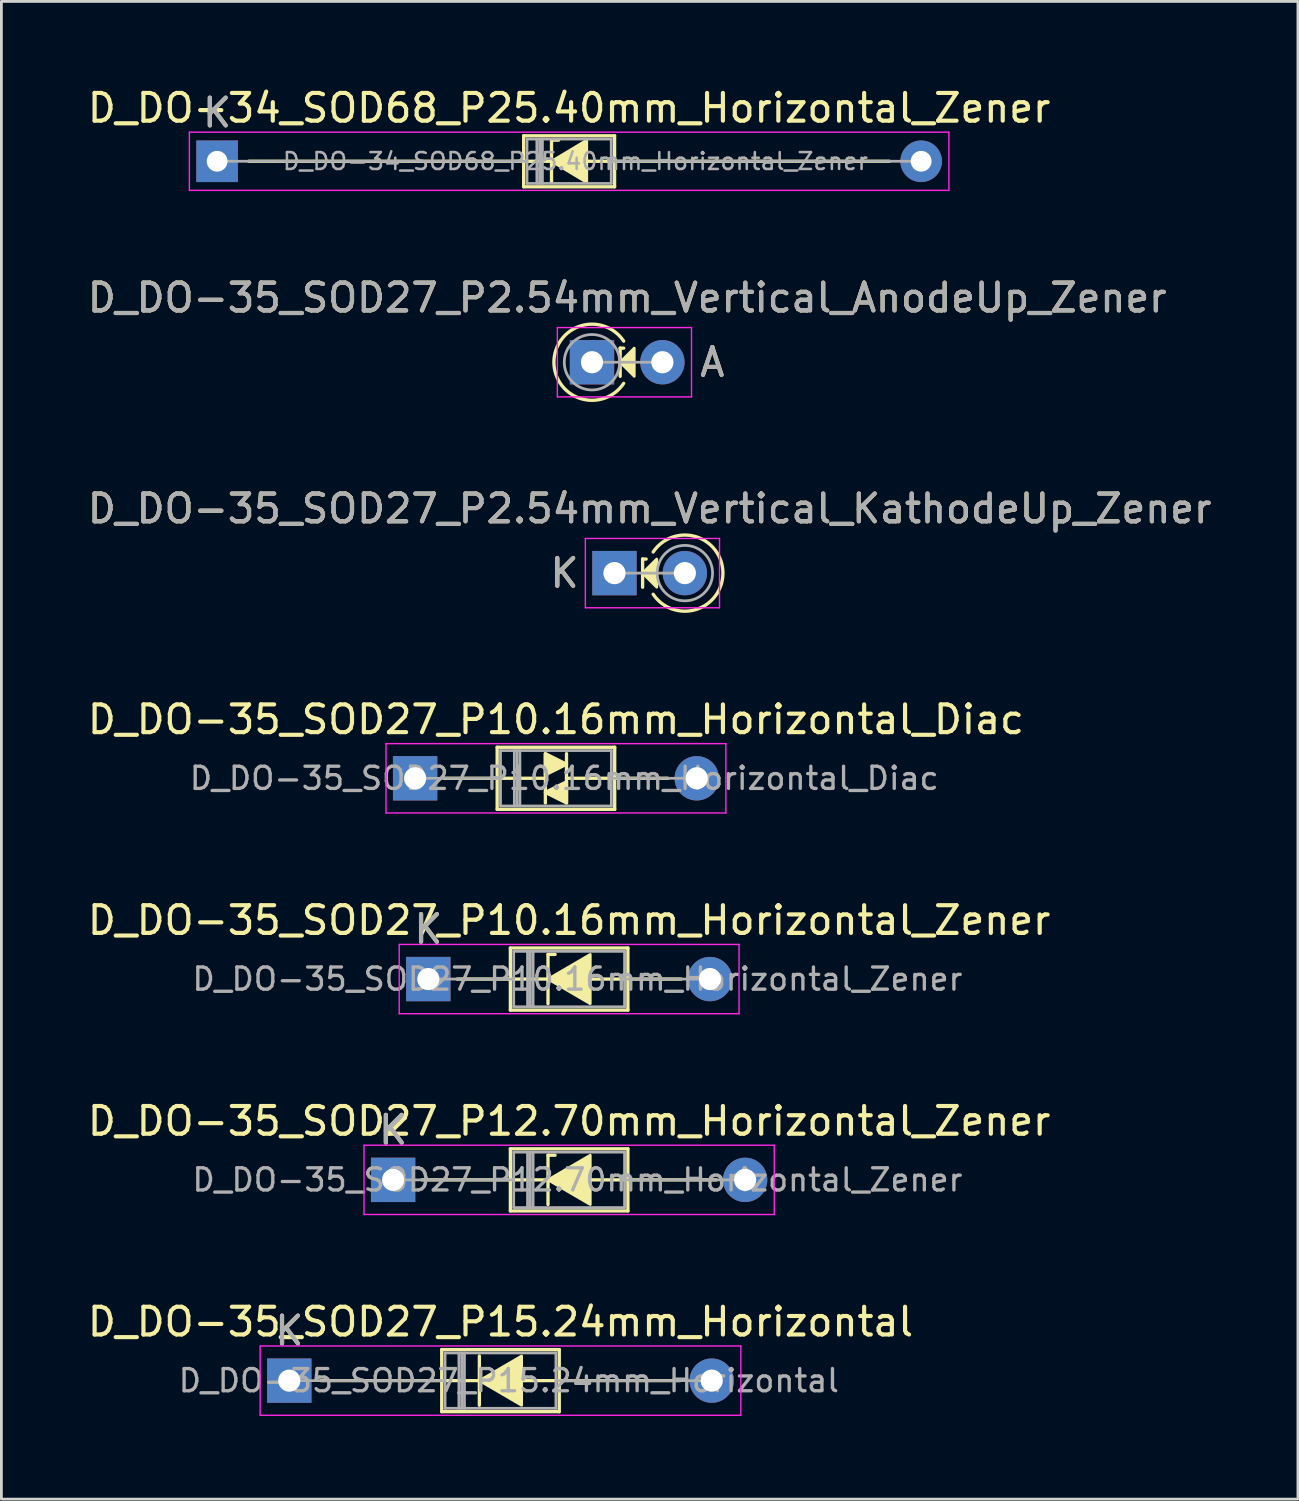
<source format=kicad_pcb>
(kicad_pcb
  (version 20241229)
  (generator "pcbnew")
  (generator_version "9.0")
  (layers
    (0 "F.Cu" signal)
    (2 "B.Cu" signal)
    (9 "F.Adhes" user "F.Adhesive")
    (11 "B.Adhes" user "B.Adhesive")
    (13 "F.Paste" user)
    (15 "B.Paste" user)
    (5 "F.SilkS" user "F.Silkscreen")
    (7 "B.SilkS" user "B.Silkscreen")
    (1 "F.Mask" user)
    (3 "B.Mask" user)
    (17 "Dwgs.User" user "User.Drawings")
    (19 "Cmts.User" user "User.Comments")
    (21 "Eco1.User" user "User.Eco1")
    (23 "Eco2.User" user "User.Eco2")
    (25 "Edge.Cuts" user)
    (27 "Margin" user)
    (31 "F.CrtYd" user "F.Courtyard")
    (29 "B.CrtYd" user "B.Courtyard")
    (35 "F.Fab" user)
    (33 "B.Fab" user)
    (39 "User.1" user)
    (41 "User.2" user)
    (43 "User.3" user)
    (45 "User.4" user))
  (footprint "D_DO-35_SOD27_P10.16mm_Horizontal_Zener"
    (layer "F.Cu")
    (at 12.402 32.271)
    (property "Reference" "D_DO-35_SOD27_P10.16mm_Horizontal_Zener" (at 5.08 -2.12 0) (layer "F.SilkS") (effects (font (size 1 1) (thickness 0.15))))
    (attr through_hole)
    (fp_line (start 1.04 0) (end 2.96 0) (stroke (width 0.12) (type solid)) (layer "F.SilkS"))
    (fp_line (start 2.921 0) (end 4.318 0) (stroke (width 0.12) (type solid)) (layer "F.SilkS"))
    (fp_line (start 2.96 -1.12) (end 2.96 1.12) (stroke (width 0.12) (type solid)) (layer "F.SilkS"))
    (fp_line (start 2.96 1.12) (end 7.2 1.12) (stroke (width 0.12) (type solid)) (layer "F.SilkS"))
    (fp_line (start 4.318 -0.889) (end 4.318 0.889) (stroke (width 0.12) (type solid)) (layer "F.SilkS"))
    (fp_line (start 4.318 -0.889) (end 4.572 -0.889) (stroke (width 0.12) (type solid)) (layer "F.SilkS"))
    (fp_line (start 7.2 -1.12) (end 2.96 -1.12) (stroke (width 0.12) (type solid)) (layer "F.SilkS"))
    (fp_line (start 7.2 0) (end 5.905 0) (stroke (width 0.12) (type solid)) (layer "F.SilkS"))
    (fp_line (start 7.2 1.12) (end 7.2 -1.12) (stroke (width 0.12) (type solid)) (layer "F.SilkS"))
    (fp_line (start 9.12 0) (end 7.2 0) (stroke (width 0.12) (type solid)) (layer "F.SilkS"))
    (fp_poly (pts (xy 5.842 0.889) (xy 4.318 0) (xy 5.842 -0.889)) (stroke (width 0.1) (type solid)) (fill yes) (layer "F.SilkS"))
    (fp_line (start -1.05 -1.25) (end -1.05 1.25) (stroke (width 0.05) (type solid)) (layer "F.CrtYd"))
    (fp_line (start -1.05 1.25) (end 11.21 1.25) (stroke (width 0.05) (type solid)) (layer "F.CrtYd"))
    (fp_line (start 11.21 -1.25) (end -1.05 -1.25) (stroke (width 0.05) (type solid)) (layer "F.CrtYd"))
    (fp_line (start 11.21 1.25) (end 11.21 -1.25) (stroke (width 0.05) (type solid)) (layer "F.CrtYd"))
    (fp_line (start 0 0) (end 3.08 0) (stroke (width 0.1) (type solid)) (layer "F.Fab"))
    (fp_line (start 3.08 -1) (end 3.08 1) (stroke (width 0.1) (type solid)) (layer "F.Fab"))
    (fp_line (start 3.08 1) (end 7.08 1) (stroke (width 0.1) (type solid)) (layer "F.Fab"))
    (fp_line (start 3.58 -1) (end 3.58 1) (stroke (width 0.1) (type solid)) (layer "F.Fab"))
    (fp_line (start 3.68 -1) (end 3.68 1) (stroke (width 0.1) (type solid)) (layer "F.Fab"))
    (fp_line (start 3.78 -1) (end 3.78 1) (stroke (width 0.1) (type solid)) (layer "F.Fab"))
    (fp_line (start 7.08 -1) (end 3.08 -1) (stroke (width 0.1) (type solid)) (layer "F.Fab"))
    (fp_line (start 7.08 1) (end 7.08 -1) (stroke (width 0.1) (type solid)) (layer "F.Fab"))
    (fp_line (start 10.16 0) (end 7.08 0) (stroke (width 0.1) (type solid)) (layer "F.Fab"))
    (fp_text user "K" (at 0 -1.8 0) (layer "F.SilkS") (effects (font (size 1 1) (thickness 0.15))))
    (fp_text user "${REFERENCE}" (at 5.38 0 0) (layer "F.Fab") (effects (font (size 0.8 0.8) (thickness 0.12))))
    (fp_text user "K" (at 0 -1.8 0) (layer "F.Fab") (effects (font (size 1 1) (thickness 0.15))))
    (pad "1" thru_hole rect (at 0 0) (size 1.6 1.6) (drill 0.8) (layers "*.Cu" "*.Mask"))
    (pad "2" thru_hole oval (at 10.16 0) (size 1.6 1.6) (drill 0.8) (layers "*.Cu" "*.Mask")))
  (footprint "D_DO-35_SOD27_P15.24mm_Horizontal"
    (layer "F.Cu")
    (at 7.386 46.758)
    (property "Reference" "D_DO-35_SOD27_P15.24mm_Horizontal" (at 7.62 -2.12 0) (layer "F.SilkS") (effects (font (size 1 1) (thickness 0.15))))
    (attr through_hole)
    (fp_line (start 1.143 0) (end 5.5 0) (stroke (width 0.12) (type solid)) (layer "F.SilkS"))
    (fp_line (start 5.5 -1.12) (end 5.5 1.12) (stroke (width 0.12) (type solid)) (layer "F.SilkS"))
    (fp_line (start 5.5 0) (end 7.239 0) (stroke (width 0.12) (type solid)) (layer "F.SilkS"))
    (fp_line (start 5.5 1.12) (end 9.74 1.12) (stroke (width 0.12) (type solid)) (layer "F.SilkS"))
    (fp_line (start 6.858 -0.889) (end 6.858 0.889) (stroke (width 0.12) (type solid)) (layer "F.SilkS"))
    (fp_line (start 9.74 -1.12) (end 5.5 -1.12) (stroke (width 0.12) (type solid)) (layer "F.SilkS"))
    (fp_line (start 9.74 0) (end 8.382 0) (stroke (width 0.12) (type solid)) (layer "F.SilkS"))
    (fp_line (start 9.74 1.12) (end 9.74 -1.12) (stroke (width 0.12) (type solid)) (layer "F.SilkS"))
    (fp_line (start 14.097 0) (end 9.74 0) (stroke (width 0.12) (type solid)) (layer "F.SilkS"))
    (fp_poly (pts (xy 8.382 0.889) (xy 6.858 0) (xy 8.382 -0.889)) (stroke (width 0.1) (type solid)) (fill yes) (layer "F.SilkS"))
    (fp_line (start -1.05 -1.25) (end -1.05 1.25) (stroke (width 0.05) (type solid)) (layer "F.CrtYd"))
    (fp_line (start -1.05 1.25) (end 16.29 1.25) (stroke (width 0.05) (type solid)) (layer "F.CrtYd"))
    (fp_line (start 16.29 -1.25) (end -1.05 -1.25) (stroke (width 0.05) (type solid)) (layer "F.CrtYd"))
    (fp_line (start 16.29 1.25) (end 16.29 -1.25) (stroke (width 0.05) (type solid)) (layer "F.CrtYd"))
    (fp_line (start 0 0) (end 5.62 0) (stroke (width 0.1) (type solid)) (layer "F.Fab"))
    (fp_line (start 5.62 -1) (end 5.62 1) (stroke (width 0.1) (type solid)) (layer "F.Fab"))
    (fp_line (start 5.62 1) (end 9.62 1) (stroke (width 0.1) (type solid)) (layer "F.Fab"))
    (fp_line (start 6.12 -1) (end 6.12 1) (stroke (width 0.1) (type solid)) (layer "F.Fab"))
    (fp_line (start 6.22 -1) (end 6.22 1) (stroke (width 0.1) (type solid)) (layer "F.Fab"))
    (fp_line (start 6.32 -1) (end 6.32 1) (stroke (width 0.1) (type solid)) (layer "F.Fab"))
    (fp_line (start 9.62 -1) (end 5.62 -1) (stroke (width 0.1) (type solid)) (layer "F.Fab"))
    (fp_line (start 9.62 1) (end 9.62 -1) (stroke (width 0.1) (type solid)) (layer "F.Fab"))
    (fp_line (start 15.24 0) (end 9.62 0) (stroke (width 0.1) (type solid)) (layer "F.Fab"))
    (fp_text user "K" (at 0 -1.8 0) (layer "F.SilkS") (effects (font (size 1 1) (thickness 0.15))))
    (fp_text user "${REFERENCE}" (at 7.92 0 0) (layer "F.Fab") (effects (font (size 0.8 0.8) (thickness 0.12))))
    (fp_text user "K" (at 0 -1.8 0) (layer "F.Fab") (effects (font (size 1 1) (thickness 0.15))))
    (pad "1" thru_hole rect (at 0 0) (size 1.6 1.6) (drill 0.8) (layers "*.Cu" "*.Mask"))
    (pad "2" thru_hole oval (at 15.24 0) (size 1.6 1.6) (drill 0.8) (layers "*.Cu" "*.Mask")))
  (footprint "D_DO-35_SOD27_P2.54mm_Vertical_AnodeUp_Zener"
    (layer "F.Cu")
    (at 18.307 10.018)
    (property "Reference" "D_DO-35_SOD27_P2.54mm_Vertical_AnodeUp_Zener" (at 1.27 -2.326 0) (layer "F.SilkS") (effects (font (size 1 1) (thickness 0.15))))
    (attr through_hole)
    (fp_line (start 1.016 -0.508) (end 1.016 0.508) (stroke (width 0.12) (type solid)) (layer "F.SilkS"))
    (fp_line (start 1.016 -0.508) (end 1.143 -0.508) (stroke (width 0.12) (type solid)) (layer "F.SilkS"))
    (fp_arc (start 1.142999 0.761999) (mid -1.373714 0) (end 1.142999 -0.761999) (stroke (width 0.12) (type solid)) (layer "F.SilkS"))
    (fp_poly (pts (xy 1.524 0.508) (xy 1.016 0) (xy 1.524 -0.508)) (stroke (width 0.1) (type solid)) (fill yes) (layer "F.SilkS"))
    (fp_line (start -1.25 -1.25) (end -1.25 1.25) (stroke (width 0.05) (type solid)) (layer "F.CrtYd"))
    (fp_line (start -1.25 1.25) (end 3.59 1.25) (stroke (width 0.05) (type solid)) (layer "F.CrtYd"))
    (fp_line (start 3.59 -1.25) (end -1.25 -1.25) (stroke (width 0.05) (type solid)) (layer "F.CrtYd"))
    (fp_line (start 3.59 1.25) (end 3.59 -1.25) (stroke (width 0.05) (type solid)) (layer "F.CrtYd"))
    (fp_line (start 0 0) (end 2.54 0) (stroke (width 0.1) (type solid)) (layer "F.Fab"))
    (fp_circle (center 0 0) (end 1 0) (stroke (width 0.1) (type solid)) (fill no) (layer "F.Fab"))
    (fp_text user "A" (at 4.34 0 0) (layer "F.SilkS") (effects (font (size 1 1) (thickness 0.15))))
    (fp_text user "${REFERENCE}" (at 1.27 -2.326 0) (layer "F.Fab") (effects (font (size 1 1) (thickness 0.15))))
    (fp_text user "A" (at 4.34 0 0) (layer "F.Fab") (effects (font (size 1 1) (thickness 0.15))))
    (pad "1" thru_hole rect (at 0 0) (size 1.6 1.6) (drill 0.8) (layers "*.Cu" "*.Mask"))
    (pad "2" thru_hole oval (at 2.54 0) (size 1.6 1.6) (drill 0.8) (layers "*.Cu" "*.Mask")))
  (footprint "D_DO-35_SOD27_P12.70mm_Horizontal_Zener"
    (layer "F.Cu")
    (at 11.132 39.515)
    (property "Reference" "D_DO-35_SOD27_P12.70mm_Horizontal_Zener" (at 6.35 -2.12 0) (layer "F.SilkS") (effects (font (size 1 1) (thickness 0.15))))
    (attr through_hole)
    (fp_line (start 1.04 0) (end 4.23 0) (stroke (width 0.12) (type solid)) (layer "F.SilkS"))
    (fp_line (start 4.23 -1.12) (end 4.23 1.12) (stroke (width 0.12) (type solid)) (layer "F.SilkS"))
    (fp_line (start 4.23 0) (end 5.969 0) (stroke (width 0.12) (type solid)) (layer "F.SilkS"))
    (fp_line (start 4.23 1.12) (end 8.47 1.12) (stroke (width 0.12) (type solid)) (layer "F.SilkS"))
    (fp_line (start 5.588 -0.889) (end 5.588 0.889) (stroke (width 0.12) (type solid)) (layer "F.SilkS"))
    (fp_line (start 5.588 -0.889) (end 5.842 -0.889) (stroke (width 0.12) (type solid)) (layer "F.SilkS"))
    (fp_line (start 8.47 -1.12) (end 4.23 -1.12) (stroke (width 0.12) (type solid)) (layer "F.SilkS"))
    (fp_line (start 8.47 0) (end 7.112 0) (stroke (width 0.12) (type solid)) (layer "F.SilkS"))
    (fp_line (start 8.47 1.12) (end 8.47 -1.12) (stroke (width 0.12) (type solid)) (layer "F.SilkS"))
    (fp_line (start 11.66 0) (end 8.47 0) (stroke (width 0.12) (type solid)) (layer "F.SilkS"))
    (fp_poly (pts (xy 7.112 0.889) (xy 5.588 0) (xy 7.112 -0.889)) (stroke (width 0.1) (type solid)) (fill yes) (layer "F.SilkS"))
    (fp_line (start -1.05 -1.25) (end -1.05 1.25) (stroke (width 0.05) (type solid)) (layer "F.CrtYd"))
    (fp_line (start -1.05 1.25) (end 13.75 1.25) (stroke (width 0.05) (type solid)) (layer "F.CrtYd"))
    (fp_line (start 13.75 -1.25) (end -1.05 -1.25) (stroke (width 0.05) (type solid)) (layer "F.CrtYd"))
    (fp_line (start 13.75 1.25) (end 13.75 -1.25) (stroke (width 0.05) (type solid)) (layer "F.CrtYd"))
    (fp_line (start 0 0) (end 4.35 0) (stroke (width 0.1) (type solid)) (layer "F.Fab"))
    (fp_line (start 4.35 -1) (end 4.35 1) (stroke (width 0.1) (type solid)) (layer "F.Fab"))
    (fp_line (start 4.35 1) (end 8.35 1) (stroke (width 0.1) (type solid)) (layer "F.Fab"))
    (fp_line (start 4.85 -1) (end 4.85 1) (stroke (width 0.1) (type solid)) (layer "F.Fab"))
    (fp_line (start 4.95 -1) (end 4.95 1) (stroke (width 0.1) (type solid)) (layer "F.Fab"))
    (fp_line (start 5.05 -1) (end 5.05 1) (stroke (width 0.1) (type solid)) (layer "F.Fab"))
    (fp_line (start 8.35 -1) (end 4.35 -1) (stroke (width 0.1) (type solid)) (layer "F.Fab"))
    (fp_line (start 8.35 1) (end 8.35 -1) (stroke (width 0.1) (type solid)) (layer "F.Fab"))
    (fp_line (start 12.7 0) (end 8.35 0) (stroke (width 0.1) (type solid)) (layer "F.Fab"))
    (fp_text user "K" (at 0 -1.8 0) (layer "F.SilkS") (effects (font (size 1 1) (thickness 0.15))))
    (fp_text user "${REFERENCE}" (at 6.65 0 0) (layer "F.Fab") (effects (font (size 0.8 0.8) (thickness 0.12))))
    (fp_text user "K" (at 0 -1.8 0) (layer "F.Fab") (effects (font (size 1 1) (thickness 0.15))))
    (pad "1" thru_hole rect (at 0 0) (size 1.6 1.6) (drill 0.8) (layers "*.Cu" "*.Mask"))
    (pad "2" thru_hole oval (at 12.7 0) (size 1.6 1.6) (drill 0.8) (layers "*.Cu" "*.Mask")))
  (footprint "D_DO-35_SOD27_P10.16mm_Horizontal_Diac"
    (layer "F.Cu")
    (at 11.926 25.028)
    (property "Reference" "D_DO-35_SOD27_P10.16mm_Horizontal_Diac" (at 5.08 -2.12 0) (layer "F.SilkS") (effects (font (size 1 1) (thickness 0.15))))
    (fp_line (start 1.04 0) (end 2.96 0) (stroke (width 0.12) (type solid)) (layer "F.SilkS"))
    (fp_line (start 2.921 0) (end 4.699 0) (stroke (width 0.12) (type solid)) (layer "F.SilkS"))
    (fp_line (start 2.96 -1.12) (end 2.96 1.12) (stroke (width 0.12) (type solid)) (layer "F.SilkS"))
    (fp_line (start 2.96 1.12) (end 7.2 1.12) (stroke (width 0.12) (type solid)) (layer "F.SilkS"))
    (fp_line (start 4.699 -0.889) (end 4.699 0.889) (stroke (width 0.12) (type solid)) (layer "F.SilkS"))
    (fp_line (start 5.461 -0.889) (end 5.461 0.889) (stroke (width 0.12) (type solid)) (layer "F.SilkS"))
    (fp_line (start 7.2 -1.12) (end 2.96 -1.12) (stroke (width 0.12) (type solid)) (layer "F.SilkS"))
    (fp_line (start 7.2 0) (end 5.461 0) (stroke (width 0.12) (type solid)) (layer "F.SilkS"))
    (fp_line (start 7.2 1.12) (end 7.2 -1.12) (stroke (width 0.12) (type solid)) (layer "F.SilkS"))
    (fp_line (start 9.12 0) (end 7.2 0) (stroke (width 0.12) (type solid)) (layer "F.SilkS"))
    (fp_poly (pts (xy 5.461 -0.508) (xy 4.699 -0.127) (xy 4.699 -0.889)) (stroke (width 0.12) (type solid)) (fill yes) (layer "F.SilkS"))
    (fp_poly (pts (xy 5.461 0.889) (xy 4.699 0.508) (xy 5.461 0.127)) (stroke (width 0.12) (type solid)) (fill yes) (layer "F.SilkS"))
    (fp_line (start -1.05 -1.25) (end -1.05 1.25) (stroke (width 0.05) (type solid)) (layer "F.CrtYd"))
    (fp_line (start -1.05 1.25) (end 11.21 1.25) (stroke (width 0.05) (type solid)) (layer "F.CrtYd"))
    (fp_line (start 11.21 -1.25) (end -1.05 -1.25) (stroke (width 0.05) (type solid)) (layer "F.CrtYd"))
    (fp_line (start 11.21 1.25) (end 11.21 -1.25) (stroke (width 0.05) (type solid)) (layer "F.CrtYd"))
    (fp_line (start 0 0) (end 3.08 0) (stroke (width 0.1) (type solid)) (layer "F.Fab"))
    (fp_line (start 3.08 -1) (end 3.08 1) (stroke (width 0.1) (type solid)) (layer "F.Fab"))
    (fp_line (start 3.08 1) (end 7.08 1) (stroke (width 0.1) (type solid)) (layer "F.Fab"))
    (fp_line (start 3.58 -1) (end 3.58 1) (stroke (width 0.1) (type solid)) (layer "F.Fab"))
    (fp_line (start 3.68 -1) (end 3.68 1) (stroke (width 0.1) (type solid)) (layer "F.Fab"))
    (fp_line (start 3.78 -1) (end 3.78 1) (stroke (width 0.1) (type solid)) (layer "F.Fab"))
    (fp_line (start 7.08 -1) (end 3.08 -1) (stroke (width 0.1) (type solid)) (layer "F.Fab"))
    (fp_line (start 7.08 1) (end 7.08 -1) (stroke (width 0.1) (type solid)) (layer "F.Fab"))
    (fp_line (start 10.16 0) (end 7.08 0) (stroke (width 0.1) (type solid)) (layer "F.Fab"))
    (fp_text user "${REFERENCE}" (at 5.38 0 0) (layer "F.Fab") (effects (font (size 0.8 0.8) (thickness 0.12))))
    (pad "1" thru_hole rect (at 0 0) (size 1.6 1.6) (drill 0.8) (layers "*.Cu" "*.Mask"))
    (pad "2" thru_hole oval (at 10.16 0) (size 1.6 1.6) (drill 0.8) (layers "*.Cu" "*.Mask")))
  (footprint "D_DO-34_SOD68_P25.40mm_Horizontal_Zener"
    (layer "F.Cu")
    (at 4.782 2.768)
    (property "Reference" "D_DO-34_SOD68_P25.40mm_Horizontal_Zener" (at 12.7 -1.92 0) (layer "F.SilkS") (effects (font (size 1 1) (thickness 0.15))))
    (attr through_hole)
    (fp_line (start 1.143 0) (end 11.06 0) (stroke (width 0.12) (type solid)) (layer "F.SilkS"))
    (fp_line (start 11.06 -0.92) (end 11.06 0.92) (stroke (width 0.12) (type solid)) (layer "F.SilkS"))
    (fp_line (start 11.06 0.92) (end 14.34 0.92) (stroke (width 0.12) (type solid)) (layer "F.SilkS"))
    (fp_line (start 12.065 -0.762) (end 12.065 0.762) (stroke (width 0.12) (type solid)) (layer "F.SilkS"))
    (fp_line (start 12.065 -0.762) (end 12.319 -0.762) (stroke (width 0.12) (type solid)) (layer "F.SilkS"))
    (fp_line (start 12.15 0) (end 11.049 0) (stroke (width 0.12) (type solid)) (layer "F.SilkS"))
    (fp_line (start 13.335 0) (end 14.351 0) (stroke (width 0.12) (type solid)) (layer "F.SilkS"))
    (fp_line (start 14.34 -0.92) (end 11.06 -0.92) (stroke (width 0.12) (type solid)) (layer "F.SilkS"))
    (fp_line (start 14.34 0.92) (end 14.34 -0.92) (stroke (width 0.12) (type solid)) (layer "F.SilkS"))
    (fp_line (start 24.257 0) (end 14.34 0) (stroke (width 0.12) (type solid)) (layer "F.SilkS"))
    (fp_poly (pts (xy 13.335 0.762) (xy 12.065 0) (xy 13.335 -0.762)) (stroke (width 0.1) (type solid)) (fill yes) (layer "F.SilkS"))
    (fp_line (start -1 -1.05) (end -1 1.05) (stroke (width 0.05) (type solid)) (layer "F.CrtYd"))
    (fp_line (start -1 1.05) (end 26.4 1.05) (stroke (width 0.05) (type solid)) (layer "F.CrtYd"))
    (fp_line (start 26.4 -1.05) (end -1 -1.05) (stroke (width 0.05) (type solid)) (layer "F.CrtYd"))
    (fp_line (start 26.4 1.05) (end 26.4 -1.05) (stroke (width 0.05) (type solid)) (layer "F.CrtYd"))
    (fp_line (start 0 0) (end 11.18 0) (stroke (width 0.1) (type solid)) (layer "F.Fab"))
    (fp_line (start 11.18 -0.8) (end 11.18 0.8) (stroke (width 0.1) (type solid)) (layer "F.Fab"))
    (fp_line (start 11.18 0.8) (end 14.22 0.8) (stroke (width 0.1) (type solid)) (layer "F.Fab"))
    (fp_line (start 11.536 -0.8) (end 11.536 0.8) (stroke (width 0.1) (type solid)) (layer "F.Fab"))
    (fp_line (start 11.636 -0.8) (end 11.636 0.8) (stroke (width 0.1) (type solid)) (layer "F.Fab"))
    (fp_line (start 11.736 -0.8) (end 11.736 0.8) (stroke (width 0.1) (type solid)) (layer "F.Fab"))
    (fp_line (start 14.22 -0.8) (end 11.18 -0.8) (stroke (width 0.1) (type solid)) (layer "F.Fab"))
    (fp_line (start 14.22 0.8) (end 14.22 -0.8) (stroke (width 0.1) (type solid)) (layer "F.Fab"))
    (fp_line (start 25.4 0) (end 14.22 0) (stroke (width 0.1) (type solid)) (layer "F.Fab"))
    (fp_text user "K" (at 0 -1.75 0) (layer "F.SilkS") (effects (font (size 1 1) (thickness 0.15))))
    (fp_text user "${REFERENCE}" (at 12.928 0 0) (layer "F.Fab") (effects (font (size 0.608 0.608) (thickness 0.091))))
    (fp_text user "K" (at 0 -1.75 0) (layer "F.Fab") (effects (font (size 1 1) (thickness 0.15))))
    (pad "1" thru_hole rect (at 0 0) (size 1.5 1.5) (drill 0.75) (layers "*.Cu" "*.Mask"))
    (pad "2" thru_hole oval (at 25.4 0) (size 1.5 1.5) (drill 0.75) (layers "*.Cu" "*.Mask")))
  (footprint "D_DO-35_SOD27_P2.54mm_Vertical_KathodeUp_Zener"
    (layer "F.Cu")
    (at 19.117 17.626)
    (property "Reference" "D_DO-35_SOD27_P2.54mm_Vertical_KathodeUp_Zener" (at 1.27 -2.326 0) (layer "F.SilkS") (effects (font (size 1 1) (thickness 0.15))))
    (attr through_hole)
    (fp_line (start 1.016 -0.508) (end 1.016 0.508) (stroke (width 0.12) (type solid)) (layer "F.SilkS"))
    (fp_line (start 1.016 -0.508) (end 1.143 -0.508) (stroke (width 0.12) (type solid)) (layer "F.SilkS"))
    (fp_arc (start 1.397 -0.761998) (mid 3.913713 0.000001) (end 1.397 0.762) (stroke (width 0.12) (type solid)) (layer "F.SilkS"))
    (fp_poly (pts (xy 1.524 0.508) (xy 1.016 0) (xy 1.524 -0.508)) (stroke (width 0.1) (type solid)) (fill yes) (layer "F.SilkS"))
    (fp_line (start -1.05 -1.25) (end -1.05 1.25) (stroke (width 0.05) (type solid)) (layer "F.CrtYd"))
    (fp_line (start -1.05 1.25) (end 3.79 1.25) (stroke (width 0.05) (type solid)) (layer "F.CrtYd"))
    (fp_line (start 3.79 -1.25) (end -1.05 -1.25) (stroke (width 0.05) (type solid)) (layer "F.CrtYd"))
    (fp_line (start 3.79 1.25) (end 3.79 -1.25) (stroke (width 0.05) (type solid)) (layer "F.CrtYd"))
    (fp_line (start 0 0) (end 2.54 0) (stroke (width 0.1) (type solid)) (layer "F.Fab"))
    (fp_circle (center 2.54 0) (end 3.54 0) (stroke (width 0.1) (type solid)) (fill no) (layer "F.Fab"))
    (fp_text user "K" (at -1.8 0 0) (layer "F.SilkS") (effects (font (size 1 1) (thickness 0.15))))
    (fp_text user "K" (at -1.8 0 0) (layer "F.Fab") (effects (font (size 1 1) (thickness 0.15))))
    (fp_text user "${REFERENCE}" (at 1.27 -2.326 0) (layer "F.Fab") (effects (font (size 1 1) (thickness 0.15))))
    (pad "1" thru_hole rect (at 0 0) (size 1.6 1.6) (drill 0.8) (layers "*.Cu" "*.Mask"))
    (pad "2" thru_hole oval (at 2.54 0) (size 1.6 1.6) (drill 0.8) (layers "*.Cu" "*.Mask")))
  (gr_rect
    (start -3 -3)
    (end 43.774 51.033)
    (stroke (width 0.1) (type default))
    (fill no)
    (layer "Edge.Cuts")))
</source>
